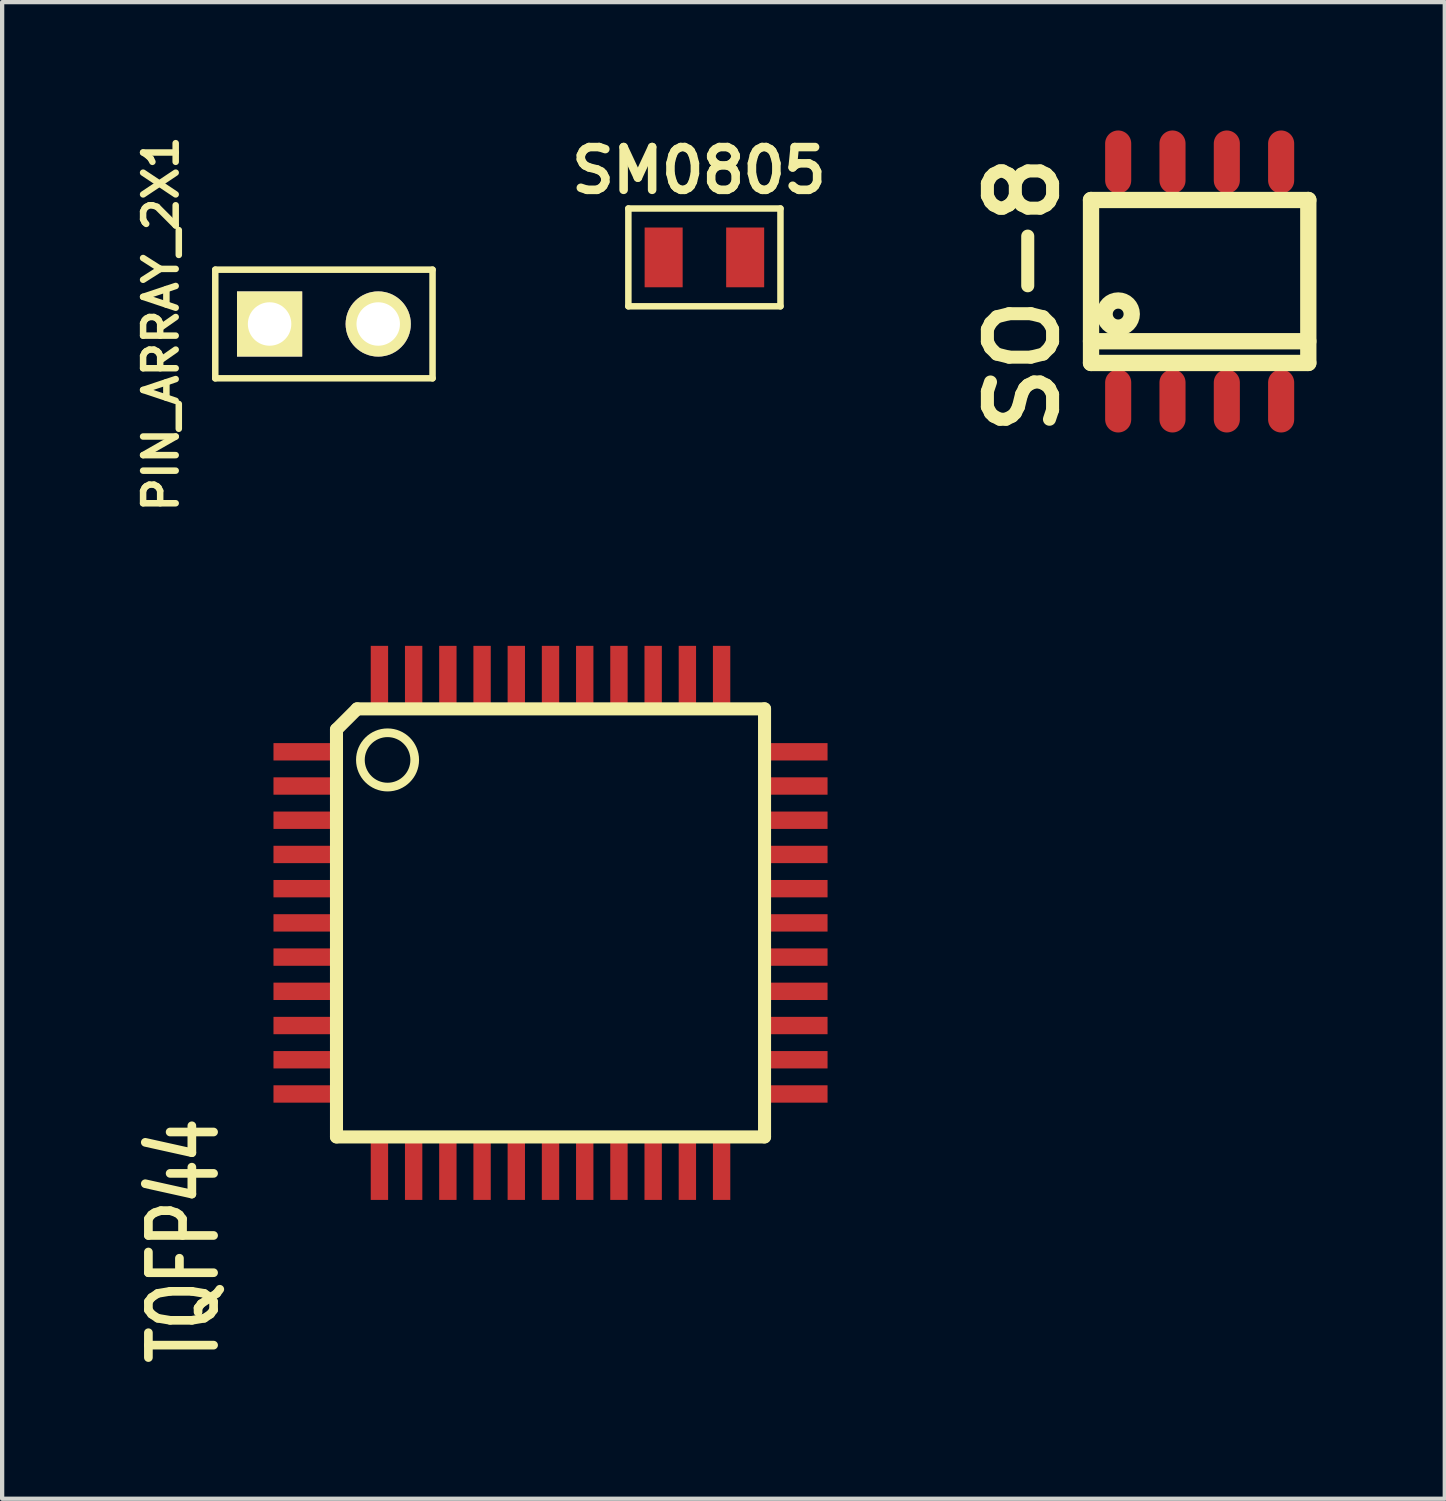
<source format=kicad_pcb>
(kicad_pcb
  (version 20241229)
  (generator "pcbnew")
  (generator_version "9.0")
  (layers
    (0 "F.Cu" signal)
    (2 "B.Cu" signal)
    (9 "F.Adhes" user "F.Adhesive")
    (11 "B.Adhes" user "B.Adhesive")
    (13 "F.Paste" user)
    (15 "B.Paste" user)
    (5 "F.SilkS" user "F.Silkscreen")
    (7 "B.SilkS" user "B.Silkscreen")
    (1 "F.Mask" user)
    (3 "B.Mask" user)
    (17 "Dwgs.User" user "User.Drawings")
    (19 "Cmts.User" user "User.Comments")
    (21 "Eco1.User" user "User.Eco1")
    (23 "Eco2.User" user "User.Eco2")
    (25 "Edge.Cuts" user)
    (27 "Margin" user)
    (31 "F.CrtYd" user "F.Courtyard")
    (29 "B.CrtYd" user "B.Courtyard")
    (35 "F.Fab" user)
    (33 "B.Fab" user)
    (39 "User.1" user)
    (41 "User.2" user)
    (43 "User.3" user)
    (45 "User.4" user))
  (footprint "PIN_ARRAY_2X1"
    (placed yes)
    (layer "F.Cu")
    (at 4.523 4.525)
    (property "Reference" "PIN_ARRAY_2X1" (at -3.81 0 90) (layer "F.SilkS") (effects (font (size 0.762 0.762) (thickness 0.152))))
    (attr through_hole)
    (fp_line (start -2.54 -1.27) (end 2.54 -1.27) (stroke (width 0.152) (type solid)) (layer "F.SilkS"))
    (fp_line (start -2.54 1.27) (end -2.54 -1.27) (stroke (width 0.152) (type solid)) (layer "F.SilkS"))
    (fp_line (start 2.54 -1.27) (end 2.54 1.27) (stroke (width 0.152) (type solid)) (layer "F.SilkS"))
    (fp_line (start 2.54 1.27) (end -2.54 1.27) (stroke (width 0.152) (type solid)) (layer "F.SilkS"))
    (pad "1" thru_hole rect (at -1.27 0) (size 1.524 1.524) (drill 1.016) (layers "*.Cu" "*.Mask" "F.SilkS"))
    (pad "2" thru_hole circle (at 1.27 0) (size 1.524 1.524) (drill 1.016) (layers "*.Cu" "*.Mask" "F.SilkS")))
  (footprint "SO-8"
    (placed yes)
    (layer "F.Cu")
    (at 24.998 3.531)
    (property "Reference" "SO-8" (at -4.128 0.318 90) (layer "F.SilkS") (effects (font (size 1.524 1.524) (thickness 0.305))))
    (attr through_hole)
    (fp_line (start -2.54 -1.905) (end 2.54 -1.905) (stroke (width 0.381) (type solid)) (layer "F.SilkS"))
    (fp_line (start -2.54 1.397) (end 2.54 1.397) (stroke (width 0.381) (type solid)) (layer "F.SilkS"))
    (fp_line (start -2.54 1.905) (end -2.54 -1.905) (stroke (width 0.381) (type solid)) (layer "F.SilkS"))
    (fp_line (start -2.54 1.905) (end 2.54 1.905) (stroke (width 0.381) (type solid)) (layer "F.SilkS"))
    (fp_line (start 2.54 1.905) (end 2.54 -1.905) (stroke (width 0.381) (type solid)) (layer "F.SilkS"))
    (fp_circle (center -1.905 0.762) (end -1.778 0.762) (stroke (width 0.381) (type solid)) (fill no) (layer "F.SilkS"))
    (pad "1" smd oval (at -1.905 2.794) (size 0.61 1.473) (layers "F.Cu" "F.Mask" "F.Paste"))
    (pad "2" smd oval (at -0.635 2.794) (size 0.61 1.473) (layers "F.Cu" "F.Mask" "F.Paste"))
    (pad "3" smd oval (at 0.635 2.794) (size 0.61 1.473) (layers "F.Cu" "F.Mask" "F.Paste"))
    (pad "4" smd oval (at 1.905 2.794) (size 0.61 1.473) (layers "F.Cu" "F.Mask" "F.Paste"))
    (pad "5" smd oval (at 1.905 -2.794) (size 0.61 1.473) (layers "F.Cu" "F.Mask" "F.Paste"))
    (pad "6" smd oval (at 0.635 -2.794) (size 0.61 1.473) (layers "F.Cu" "F.Mask" "F.Paste"))
    (pad "7" smd oval (at -0.635 -2.794) (size 0.61 1.473) (layers "F.Cu" "F.Mask" "F.Paste"))
    (pad "8" smd oval (at -1.905 -2.794) (size 0.61 1.473) (layers "F.Cu" "F.Mask" "F.Paste")))
  (footprint "TQFP44"
    (placed yes)
    (layer "F.Cu")
    (at 9.821 18.527)
    (property "Reference" "TQFP44" (at -8.572 7.429 90) (layer "F.SilkS") (effects (font (size 1.524 1.016) (thickness 0.203))))
    (attr smd)
    (fp_line (start -5.004 -4.521) (end -5.004 5.004) (stroke (width 0.305) (type solid)) (layer "F.SilkS"))
    (fp_line (start -5.004 -4.521) (end -4.521 -5.004) (stroke (width 0.305) (type solid)) (layer "F.SilkS"))
    (fp_line (start -4.521 -5.004) (end 5.004 -5.004) (stroke (width 0.305) (type solid)) (layer "F.SilkS"))
    (fp_line (start 5.004 -5.004) (end 5.004 5.004) (stroke (width 0.305) (type solid)) (layer "F.SilkS"))
    (fp_line (start 5.004 5.004) (end -5.004 5.004) (stroke (width 0.305) (type solid)) (layer "F.SilkS"))
    (fp_circle (center -3.81 -3.81) (end -3.81 -3.175) (stroke (width 0.203) (type solid)) (fill no) (layer "F.SilkS"))
    (pad "1" smd rect (at -5.715 -4) (size 1.524 0.406) (layers "F.Cu" "F.Mask" "F.Paste"))
    (pad "2" smd rect (at -5.715 -3.2) (size 1.524 0.406) (layers "F.Cu" "F.Mask" "F.Paste"))
    (pad "3" smd rect (at -5.715 -2.4) (size 1.524 0.406) (layers "F.Cu" "F.Mask" "F.Paste"))
    (pad "4" smd rect (at -5.715 -1.6) (size 1.524 0.406) (layers "F.Cu" "F.Mask" "F.Paste"))
    (pad "5" smd rect (at -5.715 -0.8) (size 1.524 0.406) (layers "F.Cu" "F.Mask" "F.Paste"))
    (pad "6" smd rect (at -5.715 0) (size 1.524 0.406) (layers "F.Cu" "F.Mask" "F.Paste"))
    (pad "7" smd rect (at -5.715 0.8) (size 1.524 0.406) (layers "F.Cu" "F.Mask" "F.Paste"))
    (pad "8" smd rect (at -5.715 1.6) (size 1.524 0.406) (layers "F.Cu" "F.Mask" "F.Paste"))
    (pad "9" smd rect (at -5.715 2.4) (size 1.524 0.406) (layers "F.Cu" "F.Mask" "F.Paste"))
    (pad "10" smd rect (at -5.715 3.2) (size 1.524 0.406) (layers "F.Cu" "F.Mask" "F.Paste"))
    (pad "11" smd rect (at -5.715 4) (size 1.524 0.406) (layers "F.Cu" "F.Mask" "F.Paste"))
    (pad "12" smd rect (at -4 5.715) (size 0.406 1.524) (layers "F.Cu" "F.Mask" "F.Paste"))
    (pad "13" smd rect (at -3.2 5.715) (size 0.406 1.524) (layers "F.Cu" "F.Mask" "F.Paste"))
    (pad "14" smd rect (at -2.4 5.715) (size 0.406 1.524) (layers "F.Cu" "F.Mask" "F.Paste"))
    (pad "15" smd rect (at -1.6 5.715) (size 0.406 1.524) (layers "F.Cu" "F.Mask" "F.Paste"))
    (pad "16" smd rect (at -0.8 5.715) (size 0.406 1.524) (layers "F.Cu" "F.Mask" "F.Paste"))
    (pad "17" smd rect (at 0 5.715) (size 0.406 1.524) (layers "F.Cu" "F.Mask" "F.Paste"))
    (pad "18" smd rect (at 0.8 5.715) (size 0.406 1.524) (layers "F.Cu" "F.Mask" "F.Paste"))
    (pad "19" smd rect (at 1.6 5.715) (size 0.406 1.524) (layers "F.Cu" "F.Mask" "F.Paste"))
    (pad "20" smd rect (at 2.4 5.715) (size 0.406 1.524) (layers "F.Cu" "F.Mask" "F.Paste"))
    (pad "21" smd rect (at 3.2 5.715) (size 0.406 1.524) (layers "F.Cu" "F.Mask" "F.Paste"))
    (pad "22" smd rect (at 4 5.715) (size 0.406 1.524) (layers "F.Cu" "F.Mask" "F.Paste"))
    (pad "23" smd rect (at 5.715 4) (size 1.524 0.406) (layers "F.Cu" "F.Mask" "F.Paste"))
    (pad "24" smd rect (at 5.715 3.2) (size 1.524 0.406) (layers "F.Cu" "F.Mask" "F.Paste"))
    (pad "25" smd rect (at 5.715 2.4) (size 1.524 0.406) (layers "F.Cu" "F.Mask" "F.Paste"))
    (pad "26" smd rect (at 5.715 1.6) (size 1.524 0.406) (layers "F.Cu" "F.Mask" "F.Paste"))
    (pad "27" smd rect (at 5.715 0.8) (size 1.524 0.406) (layers "F.Cu" "F.Mask" "F.Paste"))
    (pad "28" smd rect (at 5.715 0) (size 1.524 0.406) (layers "F.Cu" "F.Mask" "F.Paste"))
    (pad "29" smd rect (at 5.715 -0.8) (size 1.524 0.406) (layers "F.Cu" "F.Mask" "F.Paste"))
    (pad "30" smd rect (at 5.715 -1.6) (size 1.524 0.406) (layers "F.Cu" "F.Mask" "F.Paste"))
    (pad "31" smd rect (at 5.715 -2.4) (size 1.524 0.406) (layers "F.Cu" "F.Mask" "F.Paste"))
    (pad "32" smd rect (at 5.715 -3.2) (size 1.524 0.406) (layers "F.Cu" "F.Mask" "F.Paste"))
    (pad "33" smd rect (at 5.715 -4) (size 1.524 0.406) (layers "F.Cu" "F.Mask" "F.Paste"))
    (pad "34" smd rect (at 4 -5.715) (size 0.406 1.524) (layers "F.Cu" "F.Mask" "F.Paste"))
    (pad "35" smd rect (at 3.2 -5.715) (size 0.406 1.524) (layers "F.Cu" "F.Mask" "F.Paste"))
    (pad "36" smd rect (at 2.4 -5.715) (size 0.406 1.524) (layers "F.Cu" "F.Mask" "F.Paste"))
    (pad "37" smd rect (at 1.6 -5.715) (size 0.406 1.524) (layers "F.Cu" "F.Mask" "F.Paste"))
    (pad "38" smd rect (at 0.8 -5.715) (size 0.406 1.524) (layers "F.Cu" "F.Mask" "F.Paste"))
    (pad "39" smd rect (at 0 -5.715) (size 0.406 1.524) (layers "F.Cu" "F.Mask" "F.Paste"))
    (pad "40" smd rect (at -0.8 -5.715) (size 0.406 1.524) (layers "F.Cu" "F.Mask" "F.Paste"))
    (pad "41" smd rect (at -1.6 -5.715) (size 0.406 1.524) (layers "F.Cu" "F.Mask" "F.Paste"))
    (pad "42" smd rect (at -2.4 -5.715) (size 0.406 1.524) (layers "F.Cu" "F.Mask" "F.Paste"))
    (pad "43" smd rect (at -3.2 -5.715) (size 0.406 1.524) (layers "F.Cu" "F.Mask" "F.Paste"))
    (pad "44" smd rect (at -4 -5.715) (size 0.406 1.524) (layers "F.Cu" "F.Mask" "F.Paste")))
  (footprint "SM0805"
    (layer "F.Cu")
    (at 13.419 2.968)
    (property "Reference" "SM0805" (at -0.127 -2.032 0) (layer "F.SilkS") (effects (font (size 1 1) (thickness 0.2))))
    (attr smd)
    (fp_line (start -1.778 -1.143) (end 1.778 -1.143) (stroke (width 0.152) (type solid)) (layer "F.SilkS"))
    (fp_line (start -1.778 1.143) (end -1.778 -1.143) (stroke (width 0.152) (type solid)) (layer "F.SilkS"))
    (fp_line (start 1.778 -1.143) (end 1.778 1.143) (stroke (width 0.152) (type solid)) (layer "F.SilkS"))
    (fp_line (start 1.778 1.143) (end -1.778 1.143) (stroke (width 0.152) (type solid)) (layer "F.SilkS"))
    (pad "1" smd rect (at -0.953 0) (size 0.889 1.397) (layers "F.Cu" "F.Mask" "F.Paste"))
    (pad "2" smd rect (at 0.953 0) (size 0.889 1.397) (layers "F.Cu" "F.Mask" "F.Paste")))
  (gr_rect
    (start -3 -3)
    (end 30.729 31.99)
    (stroke (width 0.1) (type default))
    (fill no)
    (layer "Edge.Cuts")))
</source>
